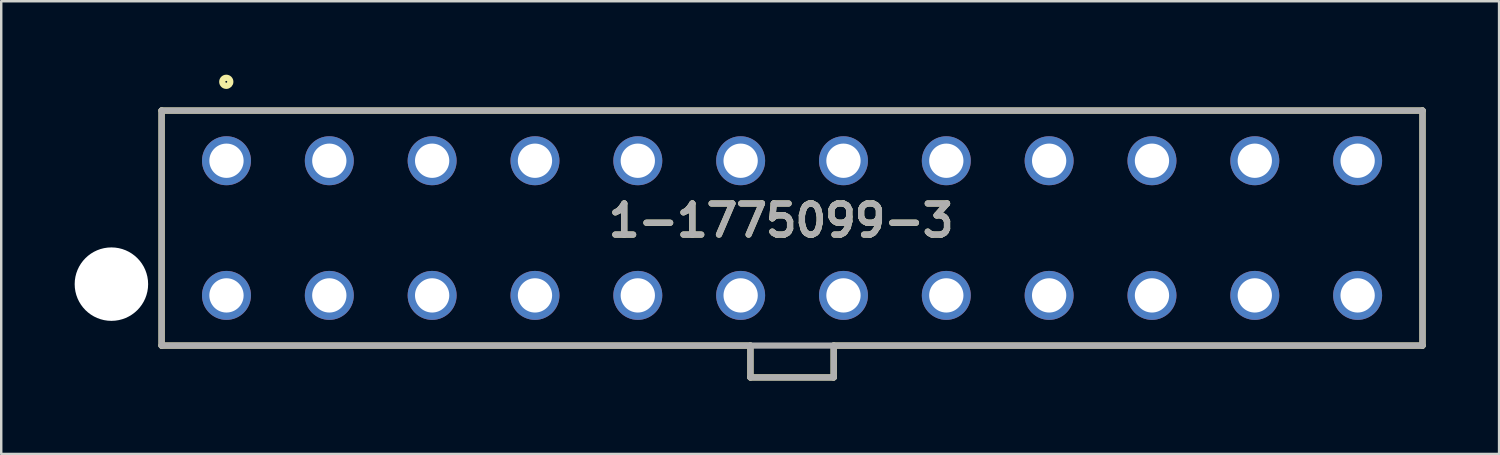
<source format=kicad_pcb>
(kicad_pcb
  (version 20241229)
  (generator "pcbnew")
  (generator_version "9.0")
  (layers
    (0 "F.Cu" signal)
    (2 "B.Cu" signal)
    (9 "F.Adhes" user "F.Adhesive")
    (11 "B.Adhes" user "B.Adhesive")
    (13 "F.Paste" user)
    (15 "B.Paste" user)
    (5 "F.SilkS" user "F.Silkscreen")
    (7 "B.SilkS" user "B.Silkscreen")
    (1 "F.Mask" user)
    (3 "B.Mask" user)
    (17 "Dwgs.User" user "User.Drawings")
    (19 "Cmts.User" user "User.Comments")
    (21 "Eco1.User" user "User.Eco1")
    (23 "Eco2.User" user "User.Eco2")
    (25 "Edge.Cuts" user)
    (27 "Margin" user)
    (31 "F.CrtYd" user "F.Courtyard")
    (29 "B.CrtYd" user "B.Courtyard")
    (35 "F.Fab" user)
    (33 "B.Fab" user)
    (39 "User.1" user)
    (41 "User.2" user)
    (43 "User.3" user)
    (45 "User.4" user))
  (footprint "1-1775099-3"
    (layer "F.Cu")
    (at 29.3 11.065)
    (property "Reference" "1-1775099-3" (at -0.444 -5.108 0) (layer "F.SilkS") (effects (font (size 1.27 1.27) (thickness 0.254))))
    (attr through_hole)
    (fp_line (start -25.75 -9.6) (end 25.75 -9.6) (stroke (width 0.254) (type solid)) (layer "F.SilkS"))
    (fp_line (start -25.75 0) (end -25.75 -9.6) (stroke (width 0.254) (type solid)) (layer "F.SilkS"))
    (fp_line (start -1.7 0) (end -25.75 0) (stroke (width 0.254) (type solid)) (layer "F.SilkS"))
    (fp_line (start -1.7 1.3) (end -1.7 0) (stroke (width 0.254) (type solid)) (layer "F.SilkS"))
    (fp_line (start 1.7 0) (end 1.7 1.3) (stroke (width 0.254) (type solid)) (layer "F.SilkS"))
    (fp_line (start 1.7 1.3) (end -1.7 1.3) (stroke (width 0.254) (type solid)) (layer "F.SilkS"))
    (fp_line (start 25.75 -9.6) (end 25.75 0) (stroke (width 0.254) (type solid)) (layer "F.SilkS"))
    (fp_line (start 25.75 0) (end 1.7 0) (stroke (width 0.254) (type solid)) (layer "F.SilkS"))
    (fp_circle (center -23.108 -10.774) (end -23.108 -10.61) (stroke (width 0.254) (type solid)) (fill no) (layer "F.SilkS"))
    (fp_line (start -25.75 -9.6) (end 25.75 -9.6) (stroke (width 0.254) (type solid)) (layer "F.Fab"))
    (fp_line (start -25.75 0) (end -25.75 -9.6) (stroke (width 0.254) (type solid)) (layer "F.Fab"))
    (fp_line (start -1.7 0) (end -1.7 1.3) (stroke (width 0.254) (type solid)) (layer "F.Fab"))
    (fp_line (start -1.7 1.3) (end 1.7 1.3) (stroke (width 0.254) (type solid)) (layer "F.Fab"))
    (fp_line (start 1.7 1.3) (end 1.7 0) (stroke (width 0.254) (type solid)) (layer "F.Fab"))
    (fp_line (start 25.75 -9.6) (end 25.75 0) (stroke (width 0.254) (type solid)) (layer "F.Fab"))
    (fp_line (start 25.75 0) (end -25.75 0) (stroke (width 0.254) (type solid)) (layer "F.Fab"))
    (fp_text user "${REFERENCE}" (at -0.444 -5.108 0) (layer "F.Fab") (effects (font (size 1.27 1.27) (thickness 0.254))))
    (pad "" np_thru_hole circle (at -27.8 -2.51) (size 3 3) (drill 3) (layers "*.Cu" "*.Mask"))
    (pad "1" thru_hole circle (at -23.1 -7.55) (size 2 2) (drill 1.4) (layers "*.Cu" "*.Mask"))
    (pad "2" thru_hole circle (at -18.9 -7.55) (size 2 2) (drill 1.4) (layers "*.Cu" "*.Mask"))
    (pad "3" thru_hole circle (at -14.7 -7.55) (size 2 2) (drill 1.4) (layers "*.Cu" "*.Mask"))
    (pad "4" thru_hole circle (at -10.5 -7.55) (size 2 2) (drill 1.4) (layers "*.Cu" "*.Mask"))
    (pad "5" thru_hole circle (at -6.3 -7.55) (size 2 2) (drill 1.4) (layers "*.Cu" "*.Mask"))
    (pad "6" thru_hole circle (at -2.1 -7.55) (size 2 2) (drill 1.4) (layers "*.Cu" "*.Mask"))
    (pad "7" thru_hole circle (at 2.1 -7.55) (size 2 2) (drill 1.4) (layers "*.Cu" "*.Mask"))
    (pad "8" thru_hole circle (at 6.3 -7.55) (size 2 2) (drill 1.4) (layers "*.Cu" "*.Mask"))
    (pad "9" thru_hole circle (at 10.5 -7.55) (size 2 2) (drill 1.4) (layers "*.Cu" "*.Mask"))
    (pad "10" thru_hole circle (at 14.7 -7.55) (size 2 2) (drill 1.4) (layers "*.Cu" "*.Mask"))
    (pad "11" thru_hole circle (at 18.9 -7.55) (size 2 2) (drill 1.4) (layers "*.Cu" "*.Mask"))
    (pad "12" thru_hole circle (at 23.1 -7.55) (size 2 2) (drill 1.4) (layers "*.Cu" "*.Mask"))
    (pad "13" thru_hole circle (at -23.1 -2.05) (size 2 2) (drill 1.4) (layers "*.Cu" "*.Mask"))
    (pad "14" thru_hole circle (at -18.9 -2.05) (size 2 2) (drill 1.4) (layers "*.Cu" "*.Mask"))
    (pad "15" thru_hole circle (at -14.7 -2.05) (size 2 2) (drill 1.4) (layers "*.Cu" "*.Mask"))
    (pad "16" thru_hole circle (at -10.5 -2.05) (size 2 2) (drill 1.4) (layers "*.Cu" "*.Mask"))
    (pad "17" thru_hole circle (at -6.3 -2.05) (size 2 2) (drill 1.4) (layers "*.Cu" "*.Mask"))
    (pad "18" thru_hole circle (at -2.1 -2.05) (size 2 2) (drill 1.4) (layers "*.Cu" "*.Mask"))
    (pad "19" thru_hole circle (at 2.1 -2.05) (size 2 2) (drill 1.4) (layers "*.Cu" "*.Mask"))
    (pad "20" thru_hole circle (at 6.3 -2.05) (size 2 2) (drill 1.4) (layers "*.Cu" "*.Mask"))
    (pad "21" thru_hole circle (at 10.5 -2.05) (size 2 2) (drill 1.4) (layers "*.Cu" "*.Mask"))
    (pad "22" thru_hole circle (at 14.7 -2.05) (size 2 2) (drill 1.4) (layers "*.Cu" "*.Mask"))
    (pad "23" thru_hole circle (at 18.9 -2.05) (size 2 2) (drill 1.4) (layers "*.Cu" "*.Mask"))
    (pad "24" thru_hole circle (at 23.1 -2.05) (size 2 2) (drill 1.4) (layers "*.Cu" "*.Mask")))
  (gr_rect
    (start -3 -3)
    (end 58.177 15.492)
    (stroke (width 0.1) (type default))
    (fill no)
    (layer "Edge.Cuts")))
</source>
